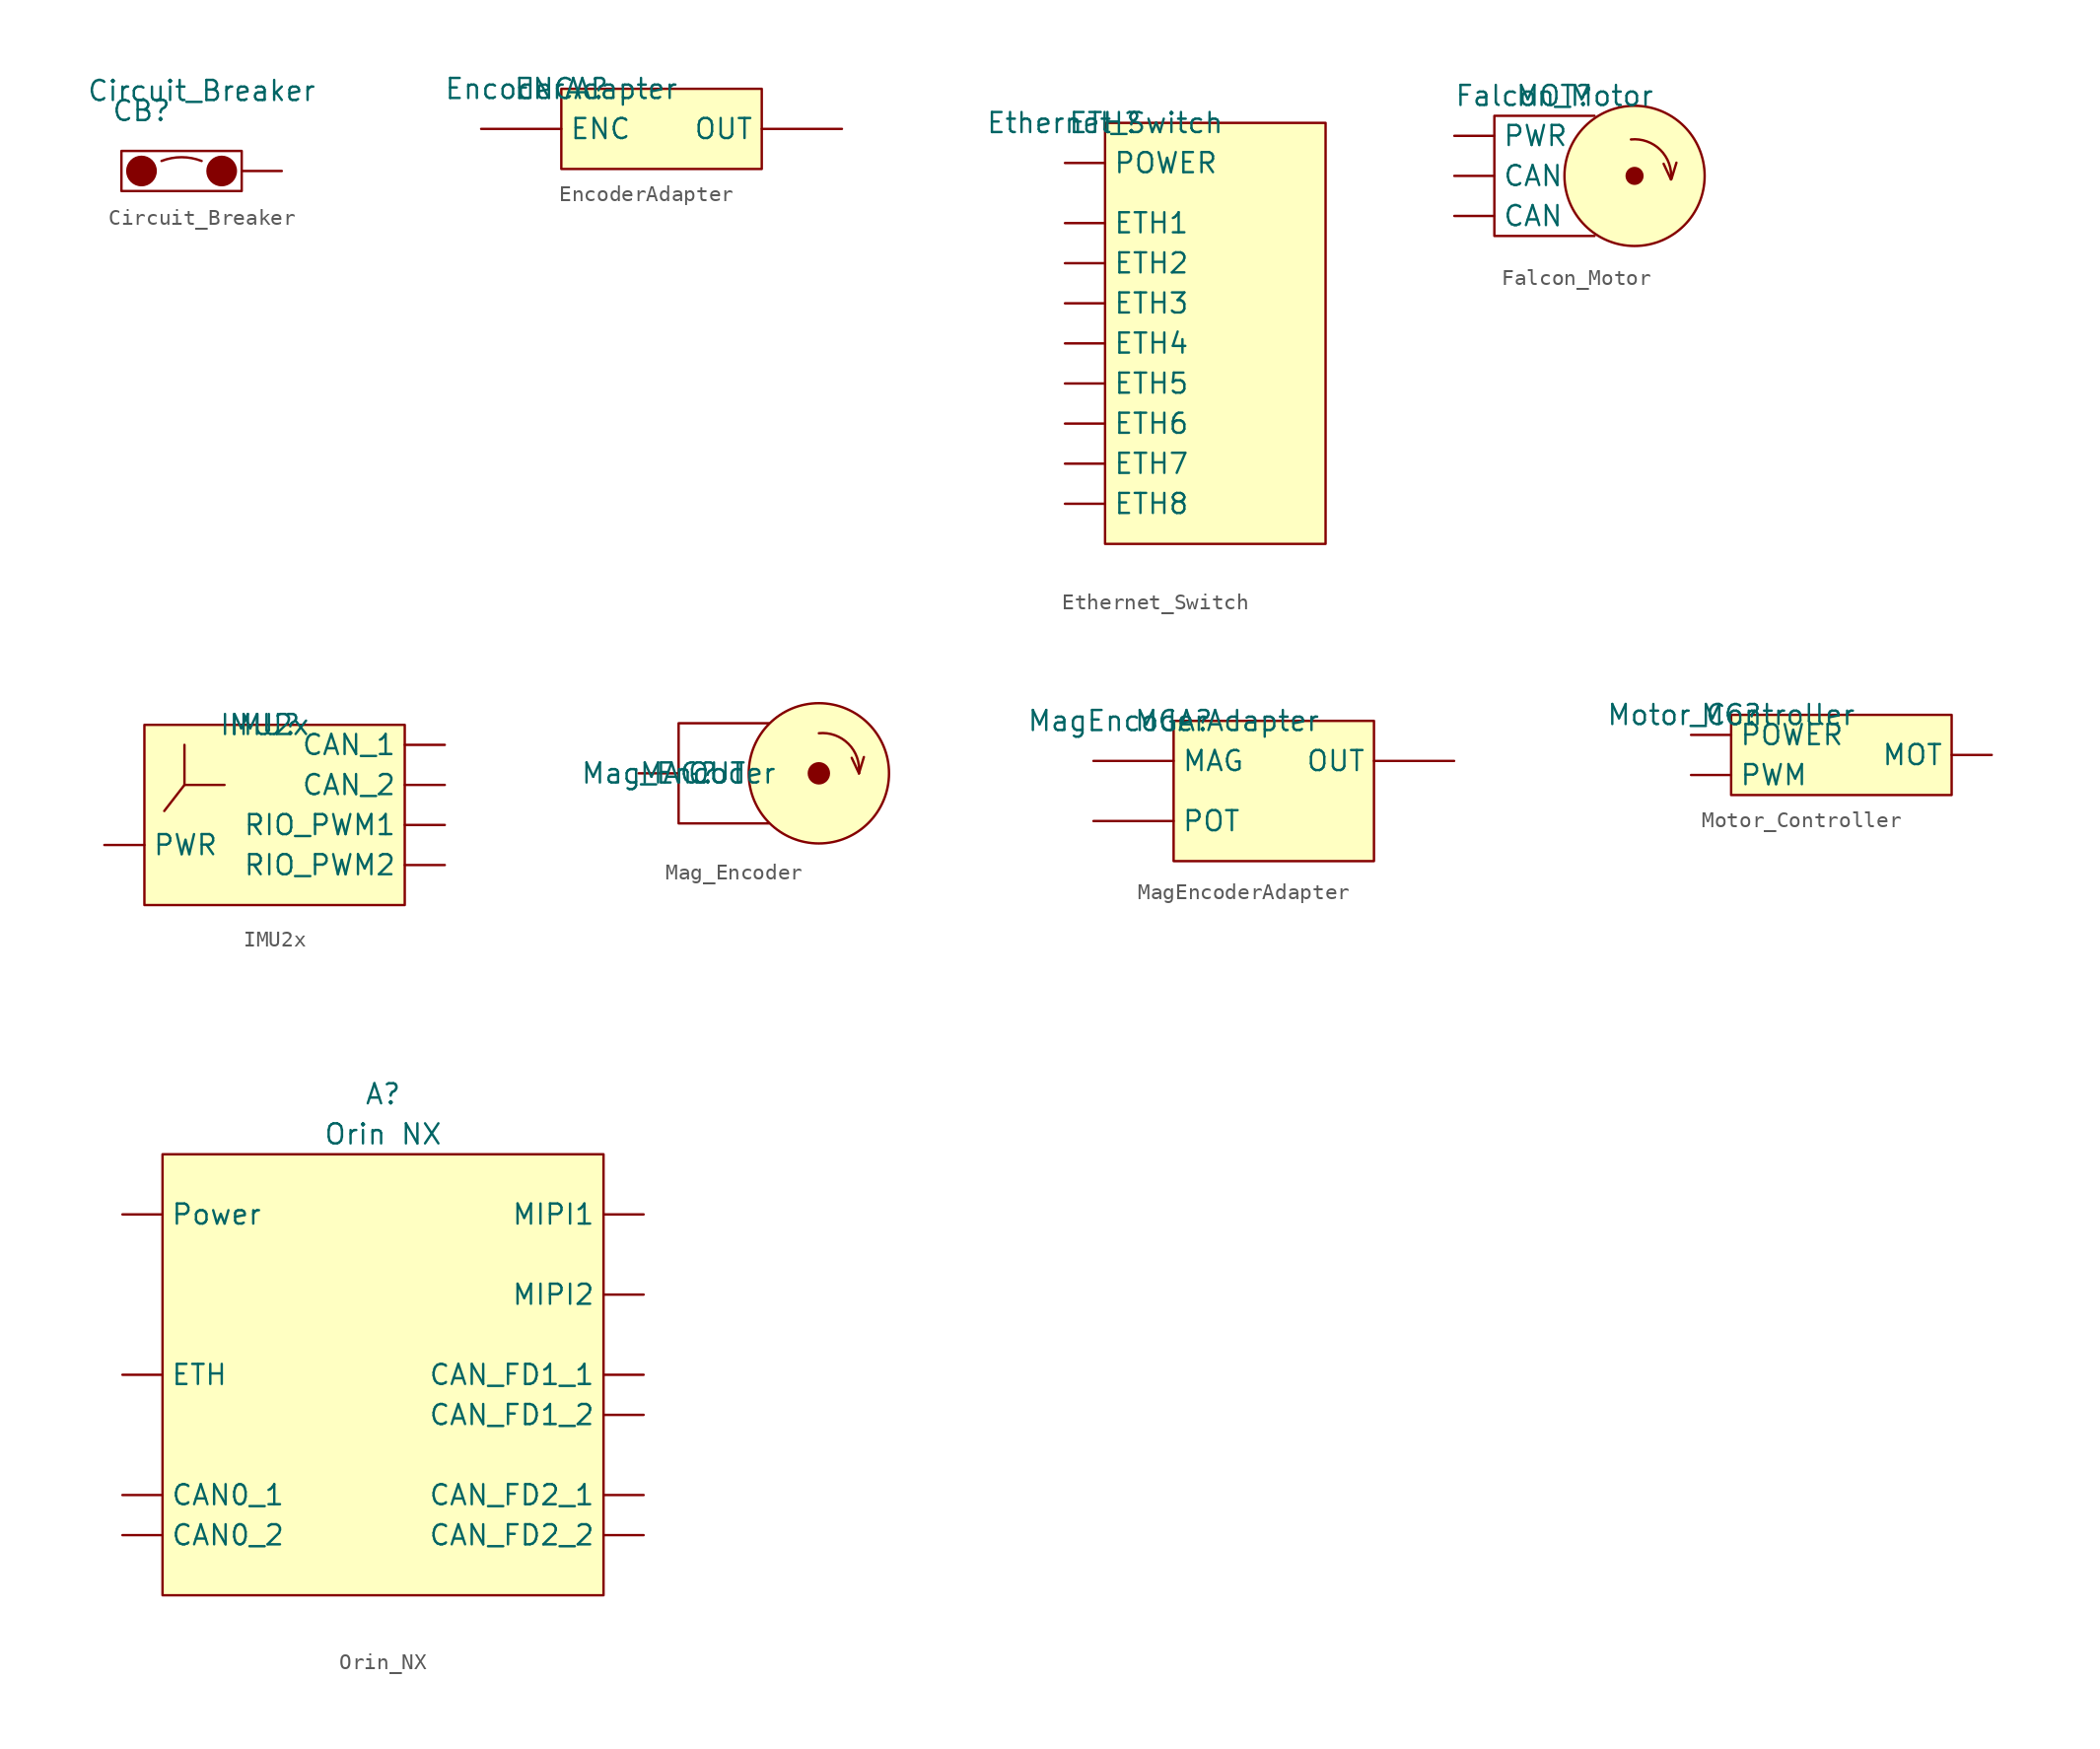
<source format=kicad_sym>
(kicad_symbol_lib
  (version 20220914)
  (generator kicad_symbol_editor)
  (symbol "Circuit_Breaker"
    (pin_numbers hide)
    (pin_names
      (offset 0) hide)
    (property "Reference" "CB"
      (at -3.81 3.81 0)
      (effects (font (size 1.27 1.27))))
    (property "Value" "Circuit_Breaker"
      (at 0 5.08 0)
      (effects (font (size 1.27 1.27))))
    (symbol "Circuit_Breaker_0_0"
      (pin unspecified line (at 5.08 0 180) (length 2.54) (name "CB" (effects (font (size 1.27 1.27)))) (number "CB" (effects (font (size 1.27 1.27))))))
    (symbol "Circuit_Breaker_0_1"
      (rectangle (start -5.08 1.27) (end 2.54 -1.27) (stroke (width 0) (type default)) (fill (type none)))
      (circle (center -3.81 0) (radius 0.898) (stroke (width 0) (type default)) (fill (type outline)))
      (arc (start 0 0.6351) (mid -1.27 0.8728) (end -2.54 0.6351) (stroke (width 0) (type default)) (fill (type none)))
      (circle (center 1.27 0) (radius 0.898) (stroke (width 0) (type default)) (fill (type outline)))))
  (symbol "EncoderAdapter"
    (property "Reference" "ENCA"
      (at 0 0 0)
      (effects (font (size 1.27 1.27))))
    (property "Value" "EncoderAdapter"
      (at 0 0 0)
      (effects (font (size 1.27 1.27))))
    (symbol "EncoderAdapter_0_0"
      (pin unspecified line (at -5.08 -2.54 0) (length 5.08) (name "ENC" (effects (font (size 1.27 1.27)))) (number "" (effects (font (size 1.27 1.27)))))
      (pin unspecified line (at 17.78 -2.54 180) (length 5.08) (name "OUT" (effects (font (size 1.27 1.27)))) (number "" (effects (font (size 1.27 1.27))))))
    (symbol "EncoderAdapter_0_1"
      (rectangle (start 0 0) (end 12.7 -5.08) (stroke (width 0) (type default)) (fill (type background)))))
  (symbol "Ethernet_Switch"
    (property "Reference" "ETH"
      (at 0 0 0)
      (effects (font (size 1.27 1.27))))
    (property "Value" "Ethernet_Switch"
      (at 0 0 0)
      (effects (font (size 1.27 1.27))))
    (symbol "Ethernet_Switch_0_0"
      (pin unspecified line (at -2.54 -6.35 0) (length 2.54) (name "ETH1" (effects (font (size 1.27 1.27)))) (number "" (effects (font (size 1.27 1.27)))))
      (pin unspecified line (at -2.54 -8.89 0) (length 2.54) (name "ETH2" (effects (font (size 1.27 1.27)))) (number "" (effects (font (size 1.27 1.27)))))
      (pin unspecified line (at -2.54 -11.43 0) (length 2.54) (name "ETH3" (effects (font (size 1.27 1.27)))) (number "" (effects (font (size 1.27 1.27)))))
      (pin unspecified line (at -2.54 -13.97 0) (length 2.54) (name "ETH4" (effects (font (size 1.27 1.27)))) (number "" (effects (font (size 1.27 1.27)))))
      (pin unspecified line (at -2.54 -16.51 0) (length 2.54) (name "ETH5" (effects (font (size 1.27 1.27)))) (number "" (effects (font (size 1.27 1.27)))))
      (pin unspecified line (at -2.54 -19.05 0) (length 2.54) (name "ETH6" (effects (font (size 1.27 1.27)))) (number "" (effects (font (size 1.27 1.27)))))
      (pin unspecified line (at -2.54 -21.59 0) (length 2.54) (name "ETH7" (effects (font (size 1.27 1.27)))) (number "" (effects (font (size 1.27 1.27)))))
      (pin unspecified line (at -2.54 -24.13 0) (length 2.54) (name "ETH8" (effects (font (size 1.27 1.27)))) (number "" (effects (font (size 1.27 1.27)))))
      (pin unspecified line (at -2.54 -2.54 0) (length 2.54) (name "POWER" (effects (font (size 1.27 1.27)))) (number "" (effects (font (size 1.27 1.27))))))
    (symbol "Ethernet_Switch_0_1"
      (rectangle (start 0 0) (end 13.97 -26.67) (stroke (width 0) (type default)) (fill (type background)))))
  (symbol "Falcon_Motor"
    (property "Reference" "MOT"
      (at 3.81 5.08 0)
      (effects (font (size 1.27 1.27))))
    (property "Value" "Falcon_Motor"
      (at 3.81 5.08 0)
      (effects (font (size 1.27 1.27))))
    (symbol "Falcon_Motor_0_1"
      (polyline (pts (xy 11.192 -0.213) (xy 10.733 0.768)) (stroke (width 0) (type default)) (fill (type none)))
      (polyline (pts (xy 11.232 -0.193) (xy 11.545 0.838)) (stroke (width 0) (type default)) (fill (type none)))
      (polyline (pts (xy 6.35 3.81) (xy 0 3.81) (xy 0 -3.81) (xy 6.35 -3.81)) (stroke (width 0) (type default)) (fill (type none)))
      (circle (center 8.89 0) (radius 0.499) (stroke (width 0) (type default)) (fill (type outline)))
      (circle (center 8.89 0) (radius 4.445) (stroke (width 0) (type default)) (fill (type background)))
      (arc (start 11.201 -0.229) (mid 10.5322 1.6422) (end 8.661 2.311) (stroke (width 0) (type default)) (fill (type none))))
    (symbol "Falcon_Motor_1_1"
      (pin input line (at -2.54 -2.54 0) (length 2.54) (name "CAN" (effects (font (size 1.27 1.27)))) (number "" (effects (font (size 1.27 1.27)))))
      (pin input line (at -2.54 0 0) (length 2.54) (name "CAN" (effects (font (size 1.27 1.27)))) (number "" (effects (font (size 1.27 1.27)))))
      (pin input line (at -2.54 2.54 0) (length 2.54) (name "PWR" (effects (font (size 1.27 1.27)))) (number "" (effects (font (size 1.27 1.27)))))))
  (symbol "IMU2x"
    (property "Reference" "IMU"
      (at 0 0 0)
      (effects (font (size 1.27 1.27))))
    (property "Value" "IMU2x"
      (at 0 0 0)
      (effects (font (size 1.27 1.27))))
    (symbol "IMU2x_0_1"
      (rectangle (start -7.62 0) (end 8.89 -11.43) (stroke (width 0) (type default)) (fill (type background)))
      (polyline (pts (xy -5.08 -3.81) (xy -6.361 -5.463)) (stroke (width 0) (type default)) (fill (type none)))
      (polyline (pts (xy -5.08 -1.27) (xy -5.08 -3.81) (xy -2.54 -3.81)) (stroke (width 0) (type default)) (fill (type none))))
    (symbol "IMU2x_1_0"
      (pin unspecified line (at 11.43 -1.27 180) (length 2.54) (name "CAN_1" (effects (font (size 1.27 1.27)))) (number "" (effects (font (size 1.27 1.27)))))
      (pin unspecified line (at 11.43 -3.81 180) (length 2.54) (name "CAN_2" (effects (font (size 1.27 1.27)))) (number "" (effects (font (size 1.27 1.27)))))
      (pin unspecified line (at -10.16 -7.62 0) (length 2.54) (name "PWR" (effects (font (size 1.27 1.27)))) (number "" (effects (font (size 1.27 1.27)))))
      (pin unspecified line (at 11.43 -6.35 180) (length 2.54) (name "RIO_PWM1" (effects (font (size 1.27 1.27)))) (number "" (effects (font (size 1.27 1.27)))))
      (pin unspecified line (at 11.43 -8.89 180) (length 2.54) (name "RIO_PWM2" (effects (font (size 1.27 1.27)))) (number "" (effects (font (size 1.27 1.27)))))))
  (symbol "Mag_Encoder"
    (property "Reference" "MAG"
      (at 0 0 0)
      (effects (font (size 1.27 1.27))))
    (property "Value" "Mag_Encoder"
      (at 0 0 0)
      (effects (font (size 1.27 1.27))))
    (symbol "Mag_Encoder_0_1"
      (polyline (pts (xy 11.43 0) (xy 10.972 0.981)) (stroke (width 0) (type default)) (fill (type none)))
      (polyline (pts (xy 11.43 0) (xy 11.743 1.031)) (stroke (width 0) (type default)) (fill (type none)))
      (polyline (pts (xy 5.715 -3.175) (xy 0 -3.175) (xy 0 3.175) (xy 5.715 3.175)) (stroke (width 0) (type default)) (fill (type none)))
      (circle (center 8.89 0) (radius 0.635) (stroke (width 0) (type default)) (fill (type outline)))
      (circle (center 8.89 0) (radius 4.445) (stroke (width 0) (type default)) (fill (type background)))
      (arc (start 11.43 0) (mid 10.7612 1.8712) (end 8.89 2.54) (stroke (width 0) (type default)) (fill (type none))))
    (symbol "Mag_Encoder_1_1"
      (pin input line (at -2.54 0 0) (length 2.54) (name "OUT" (effects (font (size 1.27 1.27)))) (number "" (effects (font (size 1.27 1.27)))))))
  (symbol "MagEncoderAdapter"
    (property "Reference" "MGA"
      (at 0 0 0)
      (effects (font (size 1.27 1.27))))
    (property "Value" "MagEncoderAdapter"
      (at 0 0 0)
      (effects (font (size 1.27 1.27))))
    (symbol "MagEncoderAdapter_0_0"
      (pin unspecified line (at -5.08 -2.54 0) (length 5.08) (name "MAG" (effects (font (size 1.27 1.27)))) (number "" (effects (font (size 1.27 1.27)))))
      (pin unspecified line (at 17.78 -2.54 180) (length 5.08) (name "OUT" (effects (font (size 1.27 1.27)))) (number "" (effects (font (size 1.27 1.27)))))
      (pin unspecified line (at -5.08 -6.35 0) (length 5.08) (name "POT" (effects (font (size 1.27 1.27)))) (number "" (effects (font (size 1.27 1.27))))))
    (symbol "MagEncoderAdapter_0_1"
      (rectangle (start 0 0) (end 12.7 -8.89) (stroke (width 0) (type default)) (fill (type background)))))
  (symbol "Motor_Controller"
    (property "Reference" "MC"
      (at 0 0 0)
      (effects (font (size 1.27 1.27))))
    (property "Value" "Motor_Controller"
      (at 0 0 0)
      (effects (font (size 1.27 1.27))))
    (symbol "Motor_Controller_0_1"
      (rectangle (start 0 0) (end 13.97 -5.08) (stroke (width 0) (type default)) (fill (type background))))
    (symbol "Motor_Controller_1_1"
      (pin passive line (at 16.51 -2.54 180) (length 2.54) (name "MOT" (effects (font (size 1.27 1.27)))) (number "" (effects (font (size 1.27 1.27)))))
      (pin passive line (at -2.54 -1.27 0) (length 2.54) (name "POWER" (effects (font (size 1.27 1.27)))) (number "" (effects (font (size 1.27 1.27)))))
      (pin passive line (at -2.54 -3.81 0) (length 2.54) (name "PWM" (effects (font (size 1.27 1.27)))) (number "" (effects (font (size 1.27 1.27)))))))
  (symbol "Orin_NX"
    (property "Reference" "A"
      (at 0 3.81 0)
      (effects (font (size 1.27 1.27))))
    (property "Value" "Orin NX"
      (at 0 1.27 0)
      (effects (font (size 1.27 1.27))))
    (symbol "Orin_NX_1_1"
      (rectangle (start -13.97 0) (end 13.97 -27.94) (stroke (width 0) (type default)) (fill (type background)))
      (pin input line (at -16.51 -21.59 0) (length 2.54) (name "CAN0_1" (effects (font (size 1.27 1.27)))) (number "" (effects (font (size 1.27 1.27)))))
      (pin input line (at -16.51 -24.13 0) (length 2.54) (name "CAN0_2" (effects (font (size 1.27 1.27)))) (number "" (effects (font (size 1.27 1.27)))))
      (pin input line (at 16.51 -13.97 180) (length 2.54) (name "CAN_FD1_1" (effects (font (size 1.27 1.27)))) (number "" (effects (font (size 1.27 1.27)))))
      (pin input line (at 16.51 -16.51 180) (length 2.54) (name "CAN_FD1_2" (effects (font (size 1.27 1.27)))) (number "" (effects (font (size 1.27 1.27)))))
      (pin input line (at 16.51 -21.59 180) (length 2.54) (name "CAN_FD2_1" (effects (font (size 1.27 1.27)))) (number "" (effects (font (size 1.27 1.27)))))
      (pin input line (at 16.51 -24.13 180) (length 2.54) (name "CAN_FD2_2" (effects (font (size 1.27 1.27)))) (number "" (effects (font (size 1.27 1.27)))))
      (pin input line (at -16.51 -13.97 0) (length 2.54) (name "ETH" (effects (font (size 1.27 1.27)))) (number "" (effects (font (size 1.27 1.27)))))
      (pin input line (at 16.51 -3.81 180) (length 2.54) (name "MIPI1" (effects (font (size 1.27 1.27)))) (number "" (effects (font (size 1.27 1.27)))))
      (pin input line (at 16.51 -8.89 180) (length 2.54) (name "MIPI2" (effects (font (size 1.27 1.27)))) (number "" (effects (font (size 1.27 1.27)))))
      (pin input line (at -16.51 -3.81 0) (length 2.54) (name "Power" (effects (font (size 1.27 1.27)))) (number "" (effects (font (size 1.27 1.27))))))))
</source>
